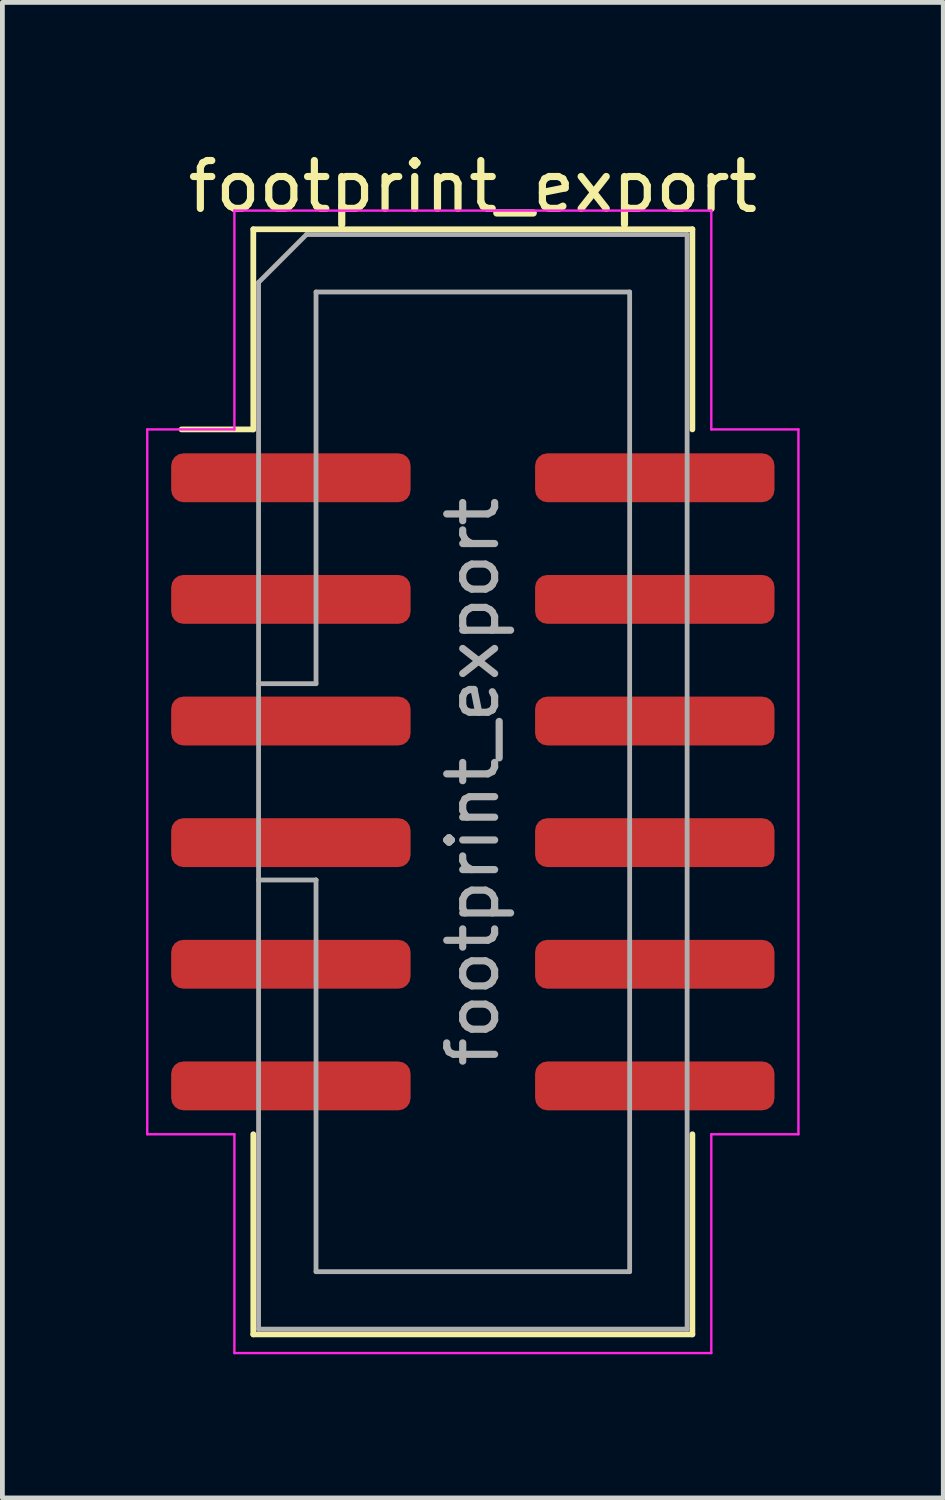
<source format=kicad_pcb>
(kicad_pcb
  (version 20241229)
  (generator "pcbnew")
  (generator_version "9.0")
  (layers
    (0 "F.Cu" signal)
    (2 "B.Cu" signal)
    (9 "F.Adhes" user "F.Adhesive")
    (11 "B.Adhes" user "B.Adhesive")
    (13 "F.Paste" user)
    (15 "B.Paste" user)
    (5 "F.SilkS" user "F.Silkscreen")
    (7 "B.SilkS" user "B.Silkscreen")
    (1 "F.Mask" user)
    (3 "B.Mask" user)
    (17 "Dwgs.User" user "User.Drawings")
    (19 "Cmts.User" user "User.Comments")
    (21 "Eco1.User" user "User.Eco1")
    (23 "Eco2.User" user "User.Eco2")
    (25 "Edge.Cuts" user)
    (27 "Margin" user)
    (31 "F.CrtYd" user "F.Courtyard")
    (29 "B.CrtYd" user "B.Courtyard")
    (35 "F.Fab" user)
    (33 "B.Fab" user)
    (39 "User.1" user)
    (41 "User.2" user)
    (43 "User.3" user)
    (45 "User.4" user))
  (footprint "footprint_export"
    (layer "F.Cu")
    (at 6.825 13.278)
    (property "Reference" "footprint_export" (at 0 -12.43 0) (layer "F.SilkS") (effects (font (size 1 1) (thickness 0.15))))
    (attr smd)
    (fp_line (start -4.585 -11.54) (end 4.585 -11.54) (stroke (width 0.12) (type solid)) (layer "F.SilkS"))
    (fp_line (start -4.585 -7.36) (end -6.085 -7.36) (stroke (width 0.12) (type solid)) (layer "F.SilkS"))
    (fp_line (start -4.585 -7.36) (end -4.585 -11.54) (stroke (width 0.12) (type solid)) (layer "F.SilkS"))
    (fp_line (start -4.585 7.36) (end -4.585 11.54) (stroke (width 0.12) (type solid)) (layer "F.SilkS"))
    (fp_line (start -4.585 11.54) (end 4.585 11.54) (stroke (width 0.12) (type solid)) (layer "F.SilkS"))
    (fp_line (start 4.585 -11.54) (end 4.585 -7.36) (stroke (width 0.12) (type solid)) (layer "F.SilkS"))
    (fp_line (start 4.585 11.54) (end 4.585 7.36) (stroke (width 0.12) (type solid)) (layer "F.SilkS"))
    (fp_line (start -6.8 -7.36) (end -6.8 7.36) (stroke (width 0.05) (type solid)) (layer "F.CrtYd"))
    (fp_line (start -6.8 7.36) (end -4.98 7.36) (stroke (width 0.05) (type solid)) (layer "F.CrtYd"))
    (fp_line (start -4.98 -11.93) (end -4.98 -7.36) (stroke (width 0.05) (type solid)) (layer "F.CrtYd"))
    (fp_line (start -4.98 -7.36) (end -6.8 -7.36) (stroke (width 0.05) (type solid)) (layer "F.CrtYd"))
    (fp_line (start -4.98 7.36) (end -4.98 11.93) (stroke (width 0.05) (type solid)) (layer "F.CrtYd"))
    (fp_line (start -4.98 11.93) (end 4.98 11.93) (stroke (width 0.05) (type solid)) (layer "F.CrtYd"))
    (fp_line (start 4.98 -11.93) (end -4.98 -11.93) (stroke (width 0.05) (type solid)) (layer "F.CrtYd"))
    (fp_line (start 4.98 -7.36) (end 4.98 -11.93) (stroke (width 0.05) (type solid)) (layer "F.CrtYd"))
    (fp_line (start 4.98 7.36) (end 6.8 7.36) (stroke (width 0.05) (type solid)) (layer "F.CrtYd"))
    (fp_line (start 4.98 11.93) (end 4.98 7.36) (stroke (width 0.05) (type solid)) (layer "F.CrtYd"))
    (fp_line (start 6.8 -7.36) (end 4.98 -7.36) (stroke (width 0.05) (type solid)) (layer "F.CrtYd"))
    (fp_line (start 6.8 7.36) (end 6.8 -7.36) (stroke (width 0.05) (type solid)) (layer "F.CrtYd"))
    (fp_line (start -4.475 -10.43) (end -3.475 -11.43) (stroke (width 0.1) (type solid)) (layer "F.Fab"))
    (fp_line (start -4.475 -2.05) (end -3.275 -2.05) (stroke (width 0.1) (type solid)) (layer "F.Fab"))
    (fp_line (start -4.475 11.43) (end -4.475 -10.43) (stroke (width 0.1) (type solid)) (layer "F.Fab"))
    (fp_line (start -3.475 -11.43) (end 4.475 -11.43) (stroke (width 0.1) (type solid)) (layer "F.Fab"))
    (fp_line (start -3.275 -10.23) (end 3.275 -10.23) (stroke (width 0.1) (type solid)) (layer "F.Fab"))
    (fp_line (start -3.275 -2.05) (end -3.275 -10.23) (stroke (width 0.1) (type solid)) (layer "F.Fab"))
    (fp_line (start -3.275 2.05) (end -4.475 2.05) (stroke (width 0.1) (type solid)) (layer "F.Fab"))
    (fp_line (start -3.275 2.05) (end -3.275 2.05) (stroke (width 0.1) (type solid)) (layer "F.Fab"))
    (fp_line (start -3.275 10.23) (end -3.275 2.05) (stroke (width 0.1) (type solid)) (layer "F.Fab"))
    (fp_line (start 3.275 -10.23) (end 3.275 10.23) (stroke (width 0.1) (type solid)) (layer "F.Fab"))
    (fp_line (start 3.275 10.23) (end -3.275 10.23) (stroke (width 0.1) (type solid)) (layer "F.Fab"))
    (fp_line (start 4.475 -11.43) (end 4.475 11.43) (stroke (width 0.1) (type solid)) (layer "F.Fab"))
    (fp_line (start 4.475 11.43) (end -4.475 11.43) (stroke (width 0.1) (type solid)) (layer "F.Fab"))
    (fp_text user "${REFERENCE}" (at 0 0 90) (layer "F.Fab") (effects (font (size 1 1) (thickness 0.15))))
    (pad "1" smd roundrect (at -3.8 -6.35) (size 5 1.02) (layers "F.Cu" "F.Mask" "F.Paste") (roundrect_rratio 0.25))
    (pad "2" smd roundrect (at 3.8 -6.35) (size 5 1.02) (layers "F.Cu" "F.Mask" "F.Paste") (roundrect_rratio 0.25))
    (pad "3" smd roundrect (at -3.8 -3.81) (size 5 1.02) (layers "F.Cu" "F.Mask" "F.Paste") (roundrect_rratio 0.25))
    (pad "4" smd roundrect (at 3.8 -3.81) (size 5 1.02) (layers "F.Cu" "F.Mask" "F.Paste") (roundrect_rratio 0.25))
    (pad "5" smd roundrect (at -3.8 -1.27) (size 5 1.02) (layers "F.Cu" "F.Mask" "F.Paste") (roundrect_rratio 0.25))
    (pad "6" smd roundrect (at 3.8 -1.27) (size 5 1.02) (layers "F.Cu" "F.Mask" "F.Paste") (roundrect_rratio 0.25))
    (pad "7" smd roundrect (at -3.8 1.27) (size 5 1.02) (layers "F.Cu" "F.Mask" "F.Paste") (roundrect_rratio 0.25))
    (pad "8" smd roundrect (at 3.8 1.27) (size 5 1.02) (layers "F.Cu" "F.Mask" "F.Paste") (roundrect_rratio 0.25))
    (pad "9" smd roundrect (at -3.8 3.81) (size 5 1.02) (layers "F.Cu" "F.Mask" "F.Paste") (roundrect_rratio 0.25))
    (pad "10" smd roundrect (at 3.8 3.81) (size 5 1.02) (layers "F.Cu" "F.Mask" "F.Paste") (roundrect_rratio 0.25))
    (pad "11" smd roundrect (at -3.8 6.35) (size 5 1.02) (layers "F.Cu" "F.Mask" "F.Paste") (roundrect_rratio 0.25))
    (pad "12" smd roundrect (at 3.8 6.35) (size 5 1.02) (layers "F.Cu" "F.Mask" "F.Paste") (roundrect_rratio 0.25)))
  (gr_rect
    (start -3 -3)
    (end 16.65 28.233)
    (stroke (width 0.1) (type default))
    (fill no)
    (layer "Edge.Cuts")))
</source>
